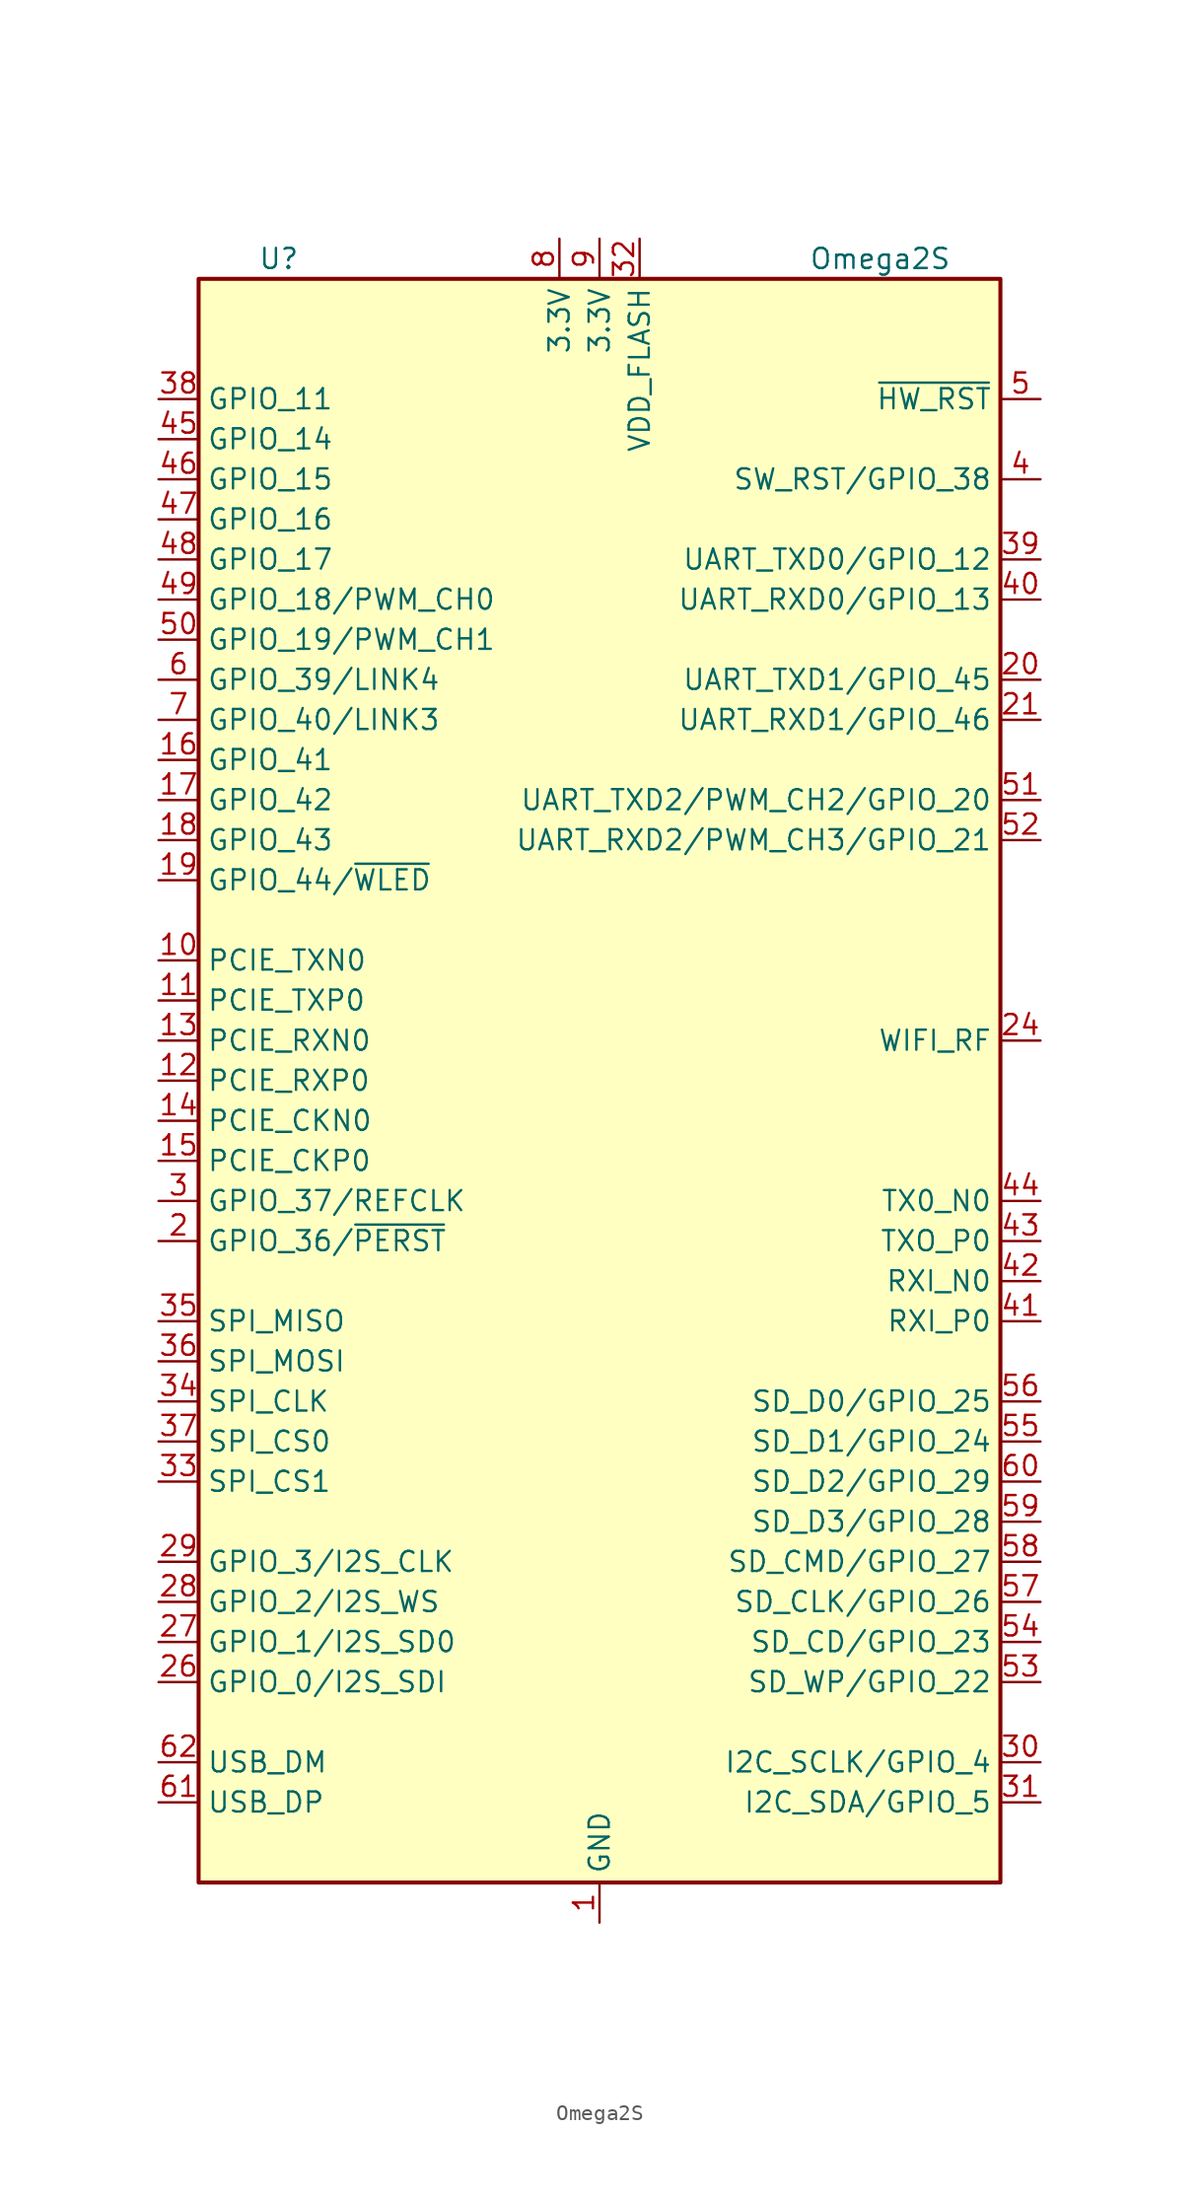
<source format=kicad_sym>
(kicad_symbol_lib
  (version 20201005)
  (generator kicad_symbol_editor)
  (symbol "Omega2S"
    (property "Reference" "U"
      (at -20.32 52.07 0)
      (effects (font (size 1.27 1.27))))
    (property "Value" "Omega2S"
      (at 17.78 52.07 0)
      (effects (font (size 1.27 1.27))))
    (symbol "Omega2S_0_1"
      (rectangle (start -25.4 -50.8) (end 25.4 50.8) (stroke (width 0.254)) (fill (type background))))
    (symbol "Omega2S_1_1"
      (pin power_in line (at 0 -53.34 90) (length 2.54) (name "GND" (effects (font (size 1.27 1.27)))) (number "1" (effects (font (size 1.27 1.27)))))
      (pin output line (at -27.94 7.62 0) (length 2.54) (name "PCIE_TXN0" (effects (font (size 1.27 1.27)))) (number "10" (effects (font (size 1.27 1.27)))))
      (pin output line (at -27.94 5.08 0) (length 2.54) (name "PCIE_TXP0" (effects (font (size 1.27 1.27)))) (number "11" (effects (font (size 1.27 1.27)))))
      (pin input line (at -27.94 0 0) (length 2.54) (name "PCIE_RXP0" (effects (font (size 1.27 1.27)))) (number "12" (effects (font (size 1.27 1.27)))))
      (pin input line (at -27.94 2.54 0) (length 2.54) (name "PCIE_RXN0" (effects (font (size 1.27 1.27)))) (number "13" (effects (font (size 1.27 1.27)))))
      (pin output line (at -27.94 -2.54 0) (length 2.54) (name "PCIE_CKN0" (effects (font (size 1.27 1.27)))) (number "14" (effects (font (size 1.27 1.27)))))
      (pin output line (at -27.94 -5.08 0) (length 2.54) (name "PCIE_CKP0" (effects (font (size 1.27 1.27)))) (number "15" (effects (font (size 1.27 1.27)))))
      (pin bidirectional line (at -27.94 20.32 0) (length 2.54) (name "GPIO_41" (effects (font (size 1.27 1.27)))) (number "16" (effects (font (size 1.27 1.27)))))
      (pin bidirectional line (at -27.94 17.78 0) (length 2.54) (name "GPIO_42" (effects (font (size 1.27 1.27)))) (number "17" (effects (font (size 1.27 1.27)))))
      (pin bidirectional line (at -27.94 15.24 0) (length 2.54) (name "GPIO_43" (effects (font (size 1.27 1.27)))) (number "18" (effects (font (size 1.27 1.27)))))
      (pin bidirectional line (at -27.94 12.7 0) (length 2.54) (name "GPIO_44/~WLED" (effects (font (size 1.27 1.27)))) (number "19" (effects (font (size 1.27 1.27)))))
      (pin bidirectional line (at -27.94 -10.16 0) (length 2.54) (name "GPIO_36/~PERST" (effects (font (size 1.27 1.27)))) (number "2" (effects (font (size 1.27 1.27)))))
      (pin bidirectional line (at 27.94 25.4 180) (length 2.54) (name "UART_TXD1/GPIO_45" (effects (font (size 1.27 1.27)))) (number "20" (effects (font (size 1.27 1.27)))))
      (pin bidirectional line (at 27.94 22.86 180) (length 2.54) (name "UART_RXD1/GPIO_46" (effects (font (size 1.27 1.27)))) (number "21" (effects (font (size 1.27 1.27)))))
      (pin passive line (at 0 -53.34 90) (length 2.54) hide (name "GND" (effects (font (size 1.27 1.27)))) (number "22" (effects (font (size 1.27 1.27)))))
      (pin passive line (at 0 -53.34 90) (length 2.54) hide (name "GND" (effects (font (size 1.27 1.27)))) (number "23" (effects (font (size 1.27 1.27)))))
      (pin passive line (at 27.94 2.54 180) (length 2.54) (name "WIFI_RF" (effects (font (size 1.27 1.27)))) (number "24" (effects (font (size 1.27 1.27)))))
      (pin passive line (at 0 -53.34 90) (length 2.54) hide (name "GND" (effects (font (size 1.27 1.27)))) (number "25" (effects (font (size 1.27 1.27)))))
      (pin bidirectional line (at -27.94 -38.1 0) (length 2.54) (name "GPIO_0/I2S_SDI" (effects (font (size 1.27 1.27)))) (number "26" (effects (font (size 1.27 1.27)))))
      (pin bidirectional line (at -27.94 -35.56 0) (length 2.54) (name "GPIO_1/I2S_SD0" (effects (font (size 1.27 1.27)))) (number "27" (effects (font (size 1.27 1.27)))))
      (pin bidirectional line (at -27.94 -33.02 0) (length 2.54) (name "GPIO_2/I2S_WS" (effects (font (size 1.27 1.27)))) (number "28" (effects (font (size 1.27 1.27)))))
      (pin bidirectional line (at -27.94 -30.48 0) (length 2.54) (name "GPIO_3/I2S_CLK" (effects (font (size 1.27 1.27)))) (number "29" (effects (font (size 1.27 1.27)))))
      (pin bidirectional line (at -27.94 -7.62 0) (length 2.54) (name "GPIO_37/REFCLK" (effects (font (size 1.27 1.27)))) (number "3" (effects (font (size 1.27 1.27)))))
      (pin bidirectional line (at 27.94 -43.18 180) (length 2.54) (name "I2C_SCLK/GPIO_4" (effects (font (size 1.27 1.27)))) (number "30" (effects (font (size 1.27 1.27)))))
      (pin bidirectional line (at 27.94 -45.72 180) (length 2.54) (name "I2C_SDA/GPIO_5" (effects (font (size 1.27 1.27)))) (number "31" (effects (font (size 1.27 1.27)))))
      (pin power_in line (at 2.54 53.34 270) (length 2.54) (name "VDD_FLASH" (effects (font (size 1.27 1.27)))) (number "32" (effects (font (size 1.27 1.27)))))
      (pin output line (at -27.94 -25.4 0) (length 2.54) (name "SPI_CS1" (effects (font (size 1.27 1.27)))) (number "33" (effects (font (size 1.27 1.27)))))
      (pin output line (at -27.94 -20.32 0) (length 2.54) (name "SPI_CLK" (effects (font (size 1.27 1.27)))) (number "34" (effects (font (size 1.27 1.27)))))
      (pin input line (at -27.94 -15.24 0) (length 2.54) (name "SPI_MISO" (effects (font (size 1.27 1.27)))) (number "35" (effects (font (size 1.27 1.27)))))
      (pin output line (at -27.94 -17.78 0) (length 2.54) (name "SPI_MOSI" (effects (font (size 1.27 1.27)))) (number "36" (effects (font (size 1.27 1.27)))))
      (pin output line (at -27.94 -22.86 0) (length 2.54) (name "SPI_CS0" (effects (font (size 1.27 1.27)))) (number "37" (effects (font (size 1.27 1.27)))))
      (pin bidirectional line (at -27.94 43.18 0) (length 2.54) (name "GPIO_11" (effects (font (size 1.27 1.27)))) (number "38" (effects (font (size 1.27 1.27)))))
      (pin bidirectional line (at 27.94 33.02 180) (length 2.54) (name "UART_TXD0/GPIO_12" (effects (font (size 1.27 1.27)))) (number "39" (effects (font (size 1.27 1.27)))))
      (pin bidirectional line (at 27.94 38.1 180) (length 2.54) (name "SW_RST/GPIO_38" (effects (font (size 1.27 1.27)))) (number "4" (effects (font (size 1.27 1.27)))))
      (pin bidirectional line (at 27.94 30.48 180) (length 2.54) (name "UART_RXD0/GPIO_13" (effects (font (size 1.27 1.27)))) (number "40" (effects (font (size 1.27 1.27)))))
      (pin input line (at 27.94 -15.24 180) (length 2.54) (name "RXI_P0" (effects (font (size 1.27 1.27)))) (number "41" (effects (font (size 1.27 1.27)))))
      (pin input line (at 27.94 -12.7 180) (length 2.54) (name "RXI_N0" (effects (font (size 1.27 1.27)))) (number "42" (effects (font (size 1.27 1.27)))))
      (pin output line (at 27.94 -10.16 180) (length 2.54) (name "TXO_P0" (effects (font (size 1.27 1.27)))) (number "43" (effects (font (size 1.27 1.27)))))
      (pin output line (at 27.94 -7.62 180) (length 2.54) (name "TX0_N0" (effects (font (size 1.27 1.27)))) (number "44" (effects (font (size 1.27 1.27)))))
      (pin bidirectional line (at -27.94 40.64 0) (length 2.54) (name "GPIO_14" (effects (font (size 1.27 1.27)))) (number "45" (effects (font (size 1.27 1.27)))))
      (pin bidirectional line (at -27.94 38.1 0) (length 2.54) (name "GPIO_15" (effects (font (size 1.27 1.27)))) (number "46" (effects (font (size 1.27 1.27)))))
      (pin bidirectional line (at -27.94 35.56 0) (length 2.54) (name "GPIO_16" (effects (font (size 1.27 1.27)))) (number "47" (effects (font (size 1.27 1.27)))))
      (pin bidirectional line (at -27.94 33.02 0) (length 2.54) (name "GPIO_17" (effects (font (size 1.27 1.27)))) (number "48" (effects (font (size 1.27 1.27)))))
      (pin bidirectional line (at -27.94 30.48 0) (length 2.54) (name "GPIO_18/PWM_CH0" (effects (font (size 1.27 1.27)))) (number "49" (effects (font (size 1.27 1.27)))))
      (pin input line (at 27.94 43.18 180) (length 2.54) (name "~HW_RST" (effects (font (size 1.27 1.27)))) (number "5" (effects (font (size 1.27 1.27)))))
      (pin bidirectional line (at -27.94 27.94 0) (length 2.54) (name "GPIO_19/PWM_CH1" (effects (font (size 1.27 1.27)))) (number "50" (effects (font (size 1.27 1.27)))))
      (pin bidirectional line (at 27.94 17.78 180) (length 2.54) (name "UART_TXD2/PWM_CH2/GPIO_20" (effects (font (size 1.27 1.27)))) (number "51" (effects (font (size 1.27 1.27)))))
      (pin bidirectional line (at 27.94 15.24 180) (length 2.54) (name "UART_RXD2/PWM_CH3/GPIO_21" (effects (font (size 1.27 1.27)))) (number "52" (effects (font (size 1.27 1.27)))))
      (pin bidirectional line (at 27.94 -38.1 180) (length 2.54) (name "SD_WP/GPIO_22" (effects (font (size 1.27 1.27)))) (number "53" (effects (font (size 1.27 1.27)))))
      (pin bidirectional line (at 27.94 -35.56 180) (length 2.54) (name "SD_CD/GPIO_23" (effects (font (size 1.27 1.27)))) (number "54" (effects (font (size 1.27 1.27)))))
      (pin bidirectional line (at 27.94 -22.86 180) (length 2.54) (name "SD_D1/GPIO_24" (effects (font (size 1.27 1.27)))) (number "55" (effects (font (size 1.27 1.27)))))
      (pin bidirectional line (at 27.94 -20.32 180) (length 2.54) (name "SD_D0/GPIO_25" (effects (font (size 1.27 1.27)))) (number "56" (effects (font (size 1.27 1.27)))))
      (pin bidirectional line (at 27.94 -33.02 180) (length 2.54) (name "SD_CLK/GPIO_26" (effects (font (size 1.27 1.27)))) (number "57" (effects (font (size 1.27 1.27)))))
      (pin bidirectional line (at 27.94 -30.48 180) (length 2.54) (name "SD_CMD/GPIO_27" (effects (font (size 1.27 1.27)))) (number "58" (effects (font (size 1.27 1.27)))))
      (pin bidirectional line (at 27.94 -27.94 180) (length 2.54) (name "SD_D3/GPIO_28" (effects (font (size 1.27 1.27)))) (number "59" (effects (font (size 1.27 1.27)))))
      (pin bidirectional line (at -27.94 25.4 0) (length 2.54) (name "GPIO_39/LINK4" (effects (font (size 1.27 1.27)))) (number "6" (effects (font (size 1.27 1.27)))))
      (pin bidirectional line (at 27.94 -25.4 180) (length 2.54) (name "SD_D2/GPIO_29" (effects (font (size 1.27 1.27)))) (number "60" (effects (font (size 1.27 1.27)))))
      (pin bidirectional line (at -27.94 -45.72 0) (length 2.54) (name "USB_DP" (effects (font (size 1.27 1.27)))) (number "61" (effects (font (size 1.27 1.27)))))
      (pin bidirectional line (at -27.94 -43.18 0) (length 2.54) (name "USB_DM" (effects (font (size 1.27 1.27)))) (number "62" (effects (font (size 1.27 1.27)))))
      (pin passive line (at 0 -53.34 90) (length 2.54) hide (name "GND" (effects (font (size 1.27 1.27)))) (number "63" (effects (font (size 1.27 1.27)))))
      (pin passive line (at 0 -53.34 90) (length 2.54) hide (name "GND" (effects (font (size 1.27 1.27)))) (number "64" (effects (font (size 1.27 1.27)))))
      (pin bidirectional line (at -27.94 22.86 0) (length 2.54) (name "GPIO_40/LINK3" (effects (font (size 1.27 1.27)))) (number "7" (effects (font (size 1.27 1.27)))))
      (pin power_in line (at -2.54 53.34 270) (length 2.54) (name "3.3V" (effects (font (size 1.27 1.27)))) (number "8" (effects (font (size 1.27 1.27)))))
      (pin power_in line (at 0 53.34 270) (length 2.54) (name "3.3V" (effects (font (size 1.27 1.27)))) (number "9" (effects (font (size 1.27 1.27))))))))
</source>
